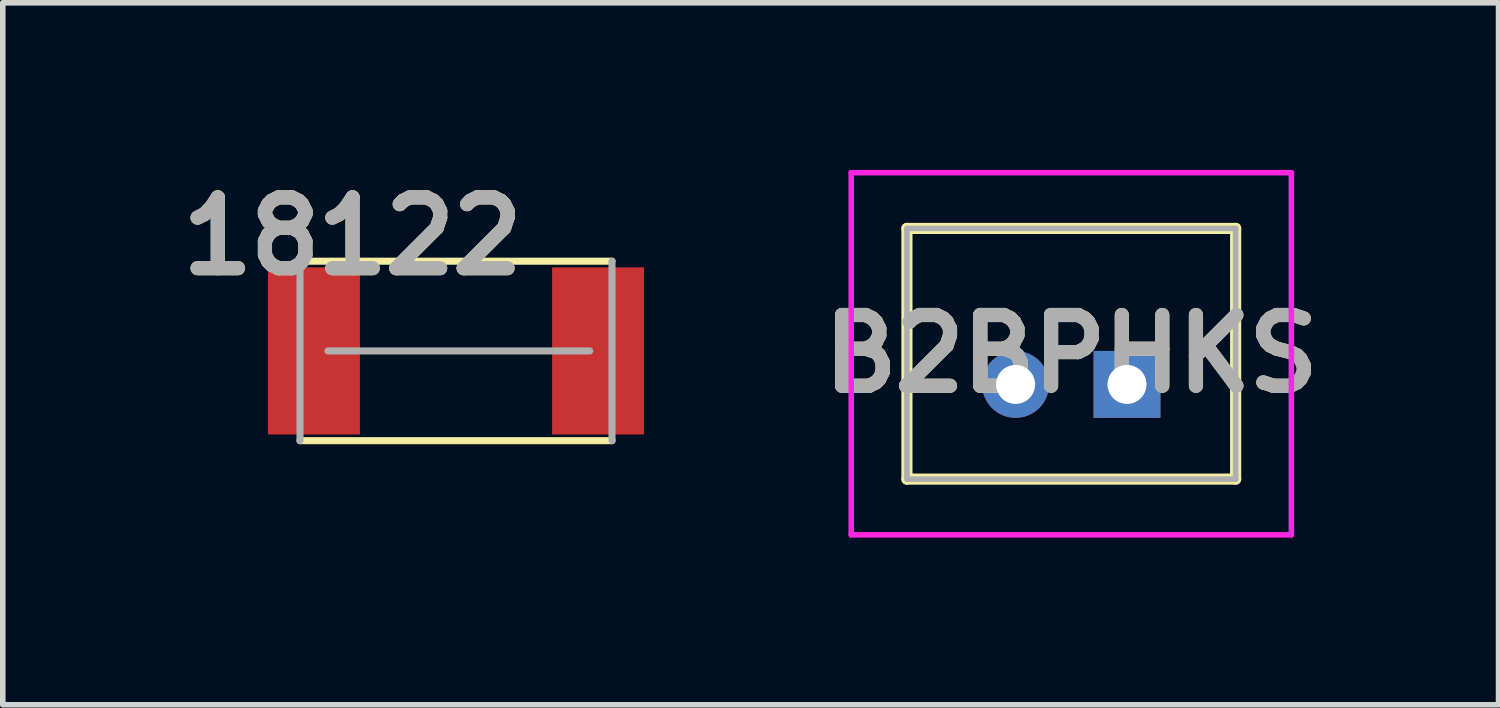
<source format=kicad_pcb>
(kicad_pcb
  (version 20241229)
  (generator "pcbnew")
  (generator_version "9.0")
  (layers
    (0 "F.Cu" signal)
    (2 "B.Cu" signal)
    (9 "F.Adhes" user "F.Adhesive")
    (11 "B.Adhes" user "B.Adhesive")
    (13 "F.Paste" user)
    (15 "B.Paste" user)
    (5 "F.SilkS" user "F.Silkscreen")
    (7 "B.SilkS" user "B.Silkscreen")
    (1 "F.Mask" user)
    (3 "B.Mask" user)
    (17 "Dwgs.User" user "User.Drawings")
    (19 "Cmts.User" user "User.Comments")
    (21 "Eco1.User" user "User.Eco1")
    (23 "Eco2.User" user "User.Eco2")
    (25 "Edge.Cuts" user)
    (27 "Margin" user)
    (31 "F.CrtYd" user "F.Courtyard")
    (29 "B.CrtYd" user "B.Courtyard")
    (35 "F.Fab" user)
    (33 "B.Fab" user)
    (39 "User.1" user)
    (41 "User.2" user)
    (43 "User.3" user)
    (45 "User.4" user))
  (footprint "18122"
    (layer "F.Cu")
    (at 5.135 3.249)
    (property "Reference" "18122" (at -1.857 -2.06 0) (layer "F.SilkS") (effects (font (size 1.27 1.27) (thickness 0.254))))
    (attr smd)
    (fp_line (start -2.8 -1.611) (end 2.8 -1.611) (stroke (width 0.127) (type solid)) (layer "F.SilkS"))
    (fp_line (start 2.8 1.611) (end -2.8 1.611) (stroke (width 0.127) (type solid)) (layer "F.SilkS"))
    (fp_line (start -2.8 1.611) (end -2.8 -1.611) (stroke (width 0.127) (type solid)) (layer "F.Fab"))
    (fp_line (start -2.3 0) (end 2.4 0) (stroke (width 0.127) (type solid)) (layer "F.Fab"))
    (fp_line (start 2.8 -1.611) (end 2.8 1.611) (stroke (width 0.127) (type solid)) (layer "F.Fab"))
    (fp_text user "${REFERENCE}" (at -1.857 -2.06 0) (layer "F.Fab") (effects (font (size 1.27 1.27) (thickness 0.254))))
    (pad "1" smd rect (at -2.55 0) (size 1.65 3) (layers "F.Cu" "F.Mask" "F.Paste"))
    (pad "2" smd rect (at 2.55 0) (size 1.65 3) (layers "F.Cu" "F.Mask" "F.Paste")))
  (footprint "B2BPHKS"
    (layer "F.Cu")
    (at 17.179 3.85)
    (property "Reference" "B2BPHKS" (at -1 -0.55 0) (layer "F.SilkS") (effects (font (size 1.27 1.27) (thickness 0.254))))
    (attr through_hole)
    (fp_line (start -3.95 -2.8) (end 1.95 -2.8) (stroke (width 0.2) (type solid)) (layer "F.SilkS"))
    (fp_line (start -3.95 1.7) (end -3.95 -2.8) (stroke (width 0.2) (type solid)) (layer "F.SilkS"))
    (fp_line (start 1.95 -2.8) (end 1.95 1.7) (stroke (width 0.2) (type solid)) (layer "F.SilkS"))
    (fp_line (start 1.95 1.7) (end -3.95 1.7) (stroke (width 0.2) (type solid)) (layer "F.SilkS"))
    (fp_line (start 2.4 0) (end 2.4 0) (stroke (width 0.1) (type solid)) (layer "F.SilkS"))
    (fp_line (start 2.5 0) (end 2.5 0) (stroke (width 0.1) (type solid)) (layer "F.SilkS"))
    (fp_arc (start 2.4 0) (mid 2.45 -0.05) (end 2.5 0) (stroke (width 0.1) (type solid)) (layer "F.SilkS"))
    (fp_arc (start 2.5 0) (mid 2.45 0.05) (end 2.4 0) (stroke (width 0.1) (type solid)) (layer "F.SilkS"))
    (fp_line (start -4.95 -3.8) (end 2.95 -3.8) (stroke (width 0.1) (type solid)) (layer "F.CrtYd"))
    (fp_line (start -4.95 2.7) (end -4.95 -3.8) (stroke (width 0.1) (type solid)) (layer "F.CrtYd"))
    (fp_line (start 2.95 -3.8) (end 2.95 2.7) (stroke (width 0.1) (type solid)) (layer "F.CrtYd"))
    (fp_line (start 2.95 2.7) (end -4.95 2.7) (stroke (width 0.1) (type solid)) (layer "F.CrtYd"))
    (fp_line (start -3.95 -2.8) (end 1.95 -2.8) (stroke (width 0.1) (type solid)) (layer "F.Fab"))
    (fp_line (start -3.95 1.7) (end -3.95 -2.8) (stroke (width 0.1) (type solid)) (layer "F.Fab"))
    (fp_line (start 1.95 -2.8) (end 1.95 1.7) (stroke (width 0.1) (type solid)) (layer "F.Fab"))
    (fp_line (start 1.95 1.7) (end -3.95 1.7) (stroke (width 0.1) (type solid)) (layer "F.Fab"))
    (fp_text user "${REFERENCE}" (at -1 -0.55 0) (layer "F.Fab") (effects (font (size 1.27 1.27) (thickness 0.254))))
    (pad "1" thru_hole rect (at 0 0) (size 1.2 1.2) (drill 0.7) (layers "*.Cu" "*.Mask"))
    (pad "2" thru_hole circle (at -2 0) (size 1.2 1.2) (drill 0.7) (layers "*.Cu" "*.Mask")))
  (gr_rect
    (start -3 -3)
    (end 23.848 9.6)
    (stroke (width 0.1) (type default))
    (fill no)
    (layer "Edge.Cuts")))
</source>
